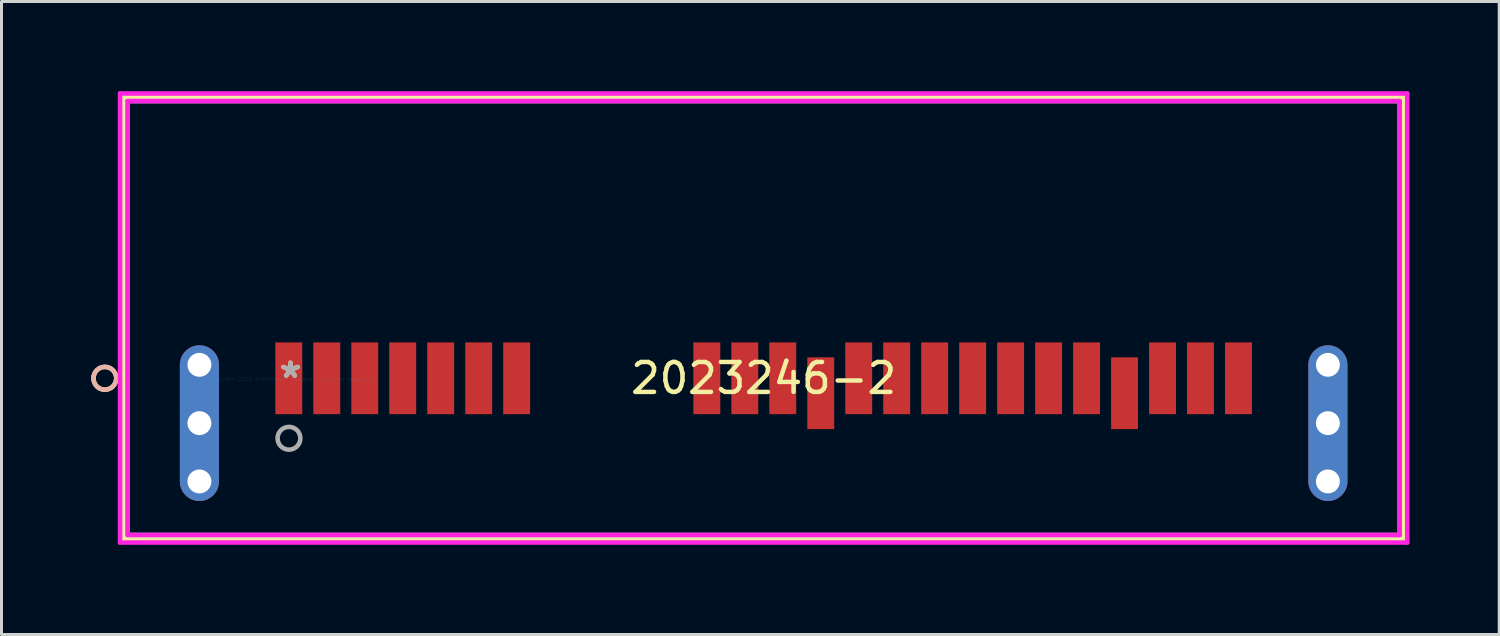
<source format=kicad_pcb>
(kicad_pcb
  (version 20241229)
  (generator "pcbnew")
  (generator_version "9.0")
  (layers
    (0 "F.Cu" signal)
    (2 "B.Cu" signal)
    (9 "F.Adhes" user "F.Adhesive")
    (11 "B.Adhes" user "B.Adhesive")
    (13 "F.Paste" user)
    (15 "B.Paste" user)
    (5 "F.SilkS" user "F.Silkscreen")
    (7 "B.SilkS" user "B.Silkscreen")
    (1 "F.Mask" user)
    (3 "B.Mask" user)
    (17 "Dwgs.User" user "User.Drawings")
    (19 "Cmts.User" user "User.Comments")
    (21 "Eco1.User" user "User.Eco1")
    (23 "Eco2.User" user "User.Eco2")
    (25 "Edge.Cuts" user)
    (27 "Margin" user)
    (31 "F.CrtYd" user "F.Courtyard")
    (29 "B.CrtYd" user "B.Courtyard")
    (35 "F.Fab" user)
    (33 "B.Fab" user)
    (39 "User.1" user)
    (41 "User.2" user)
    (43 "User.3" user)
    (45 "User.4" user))
  (footprint "2023246-2"
    (layer "F.Cu")
    (at 6.665 9.626)
    (property "Reference" "2023246-2" (at 15.824 -0.025 0) (layer "F.SilkS") (effects (font (size 1 1) (thickness 0.15))))
    (attr through_hole)
    (fp_line (start -5.573 -9.422) (end -5.573 5.342) (stroke (width 0.152) (type solid)) (layer "F.SilkS"))
    (fp_line (start -5.573 5.342) (end 37.221 5.342) (stroke (width 0.152) (type solid)) (layer "F.SilkS"))
    (fp_line (start 37.221 -9.422) (end -5.573 -9.422) (stroke (width 0.152) (type solid)) (layer "F.SilkS"))
    (fp_line (start 37.221 5.342) (end 37.221 -9.422) (stroke (width 0.152) (type solid)) (layer "F.SilkS"))
    (fp_circle (center -6.208 -0.025) (end -5.827 -0.025) (stroke (width 0.152) (type solid)) (fill no) (layer "F.SilkS"))
    (fp_circle (center -6.208 -0.025) (end -5.827 -0.025) (stroke (width 0.152) (type solid)) (fill no) (layer "B.SilkS"))
    (fp_line (start -5.7 -9.549) (end -5.7 5.469) (stroke (width 0.152) (type solid)) (layer "F.CrtYd"))
    (fp_line (start -5.7 5.469) (end 37.348 5.469) (stroke (width 0.152) (type solid)) (layer "F.CrtYd"))
    (fp_line (start -5.446 -9.295) (end -5.446 5.215) (stroke (width 0.152) (type solid)) (layer "F.CrtYd"))
    (fp_line (start -5.446 5.215) (end 37.094 5.215) (stroke (width 0.152) (type solid)) (layer "F.CrtYd"))
    (fp_line (start 37.094 -9.295) (end -5.446 -9.295) (stroke (width 0.152) (type solid)) (layer "F.CrtYd"))
    (fp_line (start 37.094 5.215) (end 37.094 -9.295) (stroke (width 0.152) (type solid)) (layer "F.CrtYd"))
    (fp_line (start 37.348 -9.549) (end -5.7 -9.549) (stroke (width 0.152) (type solid)) (layer "F.CrtYd"))
    (fp_line (start 37.348 5.469) (end 37.348 -9.549) (stroke (width 0.152) (type solid)) (layer "F.CrtYd"))
    (fp_line (start -5.446 -9.295) (end -5.446 5.215) (stroke (width 0.152) (type solid)) (layer "F.Fab"))
    (fp_line (start -5.446 5.215) (end 37.094 5.215) (stroke (width 0.152) (type solid)) (layer "F.Fab"))
    (fp_line (start 37.094 -9.295) (end -5.446 -9.295) (stroke (width 0.152) (type solid)) (layer "F.Fab"))
    (fp_line (start 37.094 5.215) (end 37.094 -9.295) (stroke (width 0.152) (type solid)) (layer "F.Fab"))
    (fp_circle (center -0.051 1.981) (end 0.33 1.981) (stroke (width 0.152) (type solid)) (fill no) (layer "F.Fab"))
    (fp_text user "*" (at 0 0 0) (layer "F.SilkS") (effects (font (size 1 1) (thickness 0.15))))
    (fp_text user "Copyright 2016 Accelerated Designs. All rights reserved." (at 0 0 0) (layer "Cmts.User") (effects (font (size 0.127 0.127) (thickness 0.002))))
    (fp_text user "*" (at 0 0 0) (layer "F.Fab") (effects (font (size 1 1) (thickness 0.15))))
    (pad "" np_thru_hole circle (at -3.046 -0.475) (size 0.8 0.8) (drill 0.8) (layers "*.Cu" "*.Mask"))
    (pad "" np_thru_hole circle (at -3.046 3.425) (size 0.8 0.8) (drill 0.8) (layers "*.Cu" "*.Mask"))
    (pad "" np_thru_hole circle (at 34.694 -0.475) (size 0.8 0.8) (drill 0.8) (layers "*.Cu" "*.Mask"))
    (pad "" np_thru_hole circle (at 34.694 3.425) (size 0.8 0.8) (drill 0.8) (layers "*.Cu" "*.Mask"))
    (pad "23" thru_hole oval (at -3.046 1.475 90) (size 5.208 1.308) (drill 0.8) (layers "*.Cu" "*.Mask"))
    (pad "24" thru_hole oval (at 34.694 1.475 90) (size 5.208 1.308) (drill 0.8) (layers "*.Cu" "*.Mask"))
    (pad "P1" smd rect (at 13.924 -0.025) (size 0.9 2.4) (layers "F.Cu" "F.Mask" "F.Paste"))
    (pad "P2" smd rect (at 15.194 -0.025) (size 0.9 2.4) (layers "F.Cu" "F.Mask" "F.Paste"))
    (pad "P3" smd rect (at 16.464 -0.025) (size 0.9 2.4) (layers "F.Cu" "F.Mask" "F.Paste"))
    (pad "P4" smd rect (at 17.734 0.475) (size 0.9 2.4) (layers "F.Cu" "F.Mask" "F.Paste"))
    (pad "P5" smd rect (at 19.004 -0.025) (size 0.9 2.4) (layers "F.Cu" "F.Mask" "F.Paste"))
    (pad "P6" smd rect (at 20.274 -0.025) (size 0.9 2.4) (layers "F.Cu" "F.Mask" "F.Paste"))
    (pad "P7" smd rect (at 21.544 -0.025) (size 0.9 2.4) (layers "F.Cu" "F.Mask" "F.Paste"))
    (pad "P8" smd rect (at 22.814 -0.025) (size 0.9 2.4) (layers "F.Cu" "F.Mask" "F.Paste"))
    (pad "P9" smd rect (at 24.084 -0.025) (size 0.9 2.4) (layers "F.Cu" "F.Mask" "F.Paste"))
    (pad "P10" smd rect (at 25.354 -0.025) (size 0.9 2.4) (layers "F.Cu" "F.Mask" "F.Paste"))
    (pad "P11" smd rect (at 26.624 -0.025) (size 0.9 2.4) (layers "F.Cu" "F.Mask" "F.Paste"))
    (pad "P12" smd rect (at 27.894 0.475) (size 0.9 2.4) (layers "F.Cu" "F.Mask" "F.Paste"))
    (pad "P13" smd rect (at 29.164 -0.025) (size 0.9 2.4) (layers "F.Cu" "F.Mask" "F.Paste"))
    (pad "P14" smd rect (at 30.434 -0.025) (size 0.9 2.4) (layers "F.Cu" "F.Mask" "F.Paste"))
    (pad "P15" smd rect (at 31.704 -0.025) (size 0.9 2.4) (layers "F.Cu" "F.Mask" "F.Paste"))
    (pad "S1" smd rect (at -0.056 -0.025) (size 0.9 2.4) (layers "F.Cu" "F.Mask" "F.Paste"))
    (pad "S2" smd rect (at 1.214 -0.025) (size 0.9 2.4) (layers "F.Cu" "F.Mask" "F.Paste"))
    (pad "S3" smd rect (at 2.484 -0.025) (size 0.9 2.4) (layers "F.Cu" "F.Mask" "F.Paste"))
    (pad "S4" smd rect (at 3.754 -0.025) (size 0.9 2.4) (layers "F.Cu" "F.Mask" "F.Paste"))
    (pad "S5" smd rect (at 5.024 -0.025) (size 0.9 2.4) (layers "F.Cu" "F.Mask" "F.Paste"))
    (pad "S6" smd rect (at 6.294 -0.025) (size 0.9 2.4) (layers "F.Cu" "F.Mask" "F.Paste"))
    (pad "S7" smd rect (at 7.564 -0.025) (size 0.9 2.4) (layers "F.Cu" "F.Mask" "F.Paste")))
  (gr_rect
    (start -3 -3)
    (end 47.089 18.17)
    (stroke (width 0.1) (type default))
    (fill no)
    (layer "Edge.Cuts")))
</source>
